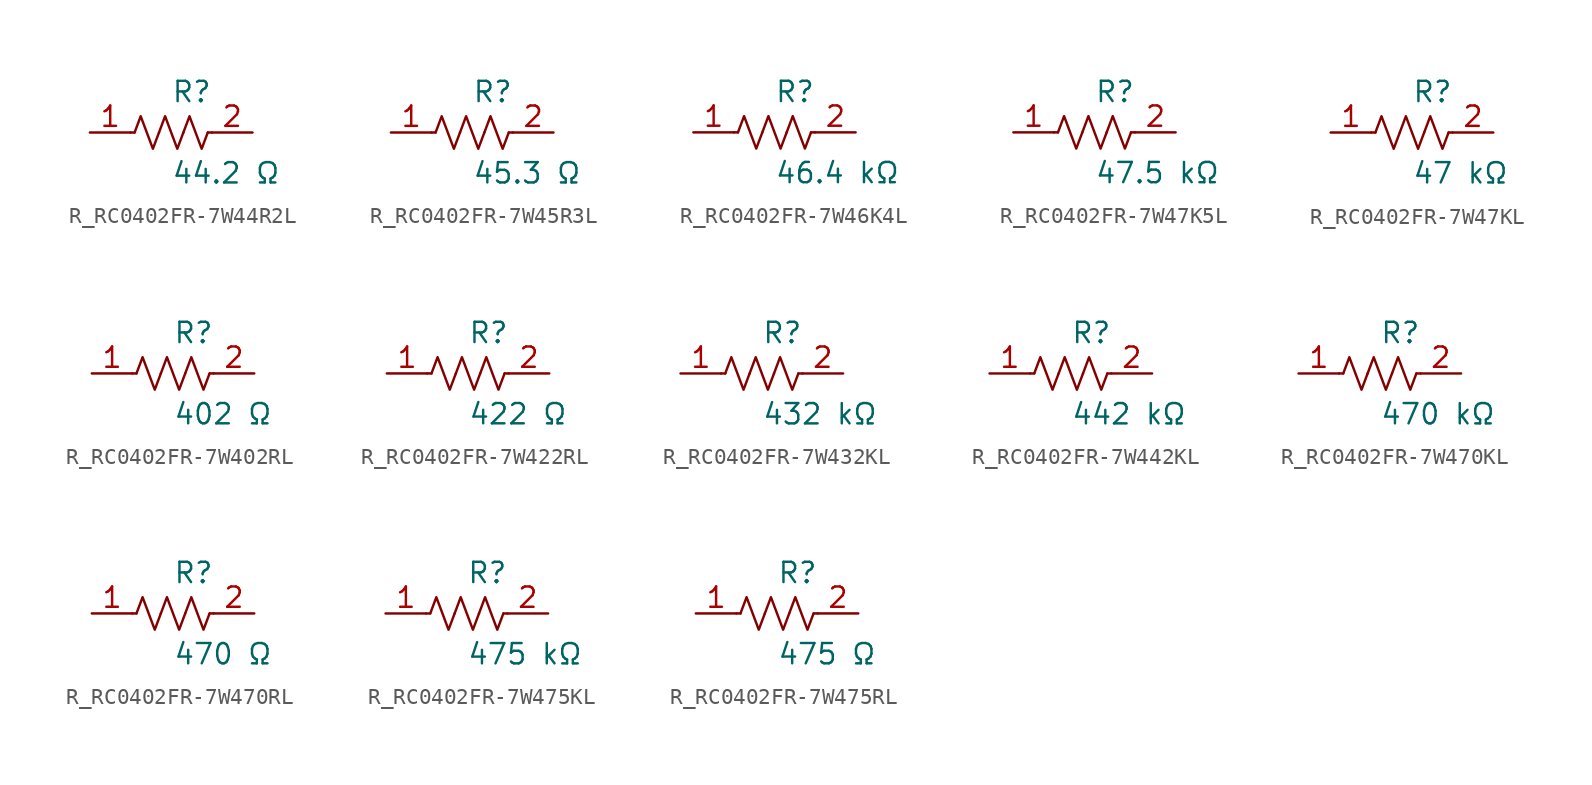
<source format=kicad_sym>
(kicad_symbol_lib
  (version 20231120)
  (generator kicad_symbol_editor)
  (generator_version 8.0)
  (symbol "R_RC0402FR-7W44R2L"
    (pin_names
      (offset 0.254))
    (property "Reference" "R"
      (at 0 2.54 0)
      (effects (font (size 1.27 1.27)) (justify left)))
    (property "Value" "44.2 Ω"
      (at 0 -2.54 0)
      (effects (font (size 1.27 1.27)) (justify left)))
    (symbol "R_RC0402FR-7W44R2L_0_1"
      (polyline (pts (xy 2.286 0) (xy 2.54 0)) (stroke (width 0) (type default)) (fill (type none)))
      (polyline (pts (xy -2.286 0) (xy -2.54 0)) (stroke (width 0) (type default)) (fill (type none)))
      (polyline (pts (xy 0.762 0) (xy 1.143 1.016) (xy 1.524 0) (xy 1.905 -1.016) (xy 2.286 0)) (stroke (width 0) (type default)) (fill (type none)))
      (polyline (pts (xy -0.762 0) (xy -0.381 1.016) (xy 0 0) (xy 0.381 -1.016) (xy 0.762 0)) (stroke (width 0) (type default)) (fill (type none)))
      (polyline (pts (xy -2.286 0) (xy -1.905 1.016) (xy -1.524 0) (xy -1.143 -1.016) (xy -0.762 0)) (stroke (width 0) (type default)) (fill (type none))))
    (pin passive line
      (at -5.08 0 0)
      (length 2.54)
      (name "" (effects (font (size 1.27 1.27))))
      (number "1" (effects (font (size 1.27 1.27)))))
    (pin passive line
      (at 5.08 0 180)
      (length 2.54)
      (name "" (effects (font (size 1.27 1.27))))
      (number "2" (effects (font (size 1.27 1.27))))))
  (symbol "R_RC0402FR-7W45R3L"
    (pin_names
      (offset 0.254))
    (property "Reference" "R"
      (at 0 2.54 0)
      (effects (font (size 1.27 1.27)) (justify left)))
    (property "Value" "45.3 Ω"
      (at 0 -2.54 0)
      (effects (font (size 1.27 1.27)) (justify left)))
    (symbol "R_RC0402FR-7W45R3L_0_1"
      (polyline (pts (xy 2.286 0) (xy 2.54 0)) (stroke (width 0) (type default)) (fill (type none)))
      (polyline (pts (xy -2.286 0) (xy -2.54 0)) (stroke (width 0) (type default)) (fill (type none)))
      (polyline (pts (xy 0.762 0) (xy 1.143 1.016) (xy 1.524 0) (xy 1.905 -1.016) (xy 2.286 0)) (stroke (width 0) (type default)) (fill (type none)))
      (polyline (pts (xy -0.762 0) (xy -0.381 1.016) (xy 0 0) (xy 0.381 -1.016) (xy 0.762 0)) (stroke (width 0) (type default)) (fill (type none)))
      (polyline (pts (xy -2.286 0) (xy -1.905 1.016) (xy -1.524 0) (xy -1.143 -1.016) (xy -0.762 0)) (stroke (width 0) (type default)) (fill (type none))))
    (pin passive line
      (at -5.08 0 0)
      (length 2.54)
      (name "" (effects (font (size 1.27 1.27))))
      (number "1" (effects (font (size 1.27 1.27)))))
    (pin passive line
      (at 5.08 0 180)
      (length 2.54)
      (name "" (effects (font (size 1.27 1.27))))
      (number "2" (effects (font (size 1.27 1.27))))))
  (symbol "R_RC0402FR-7W46K4L"
    (pin_names
      (offset 0.254))
    (property "Reference" "R"
      (at 0 2.54 0)
      (effects (font (size 1.27 1.27)) (justify left)))
    (property "Value" "46.4 kΩ"
      (at 0 -2.54 0)
      (effects (font (size 1.27 1.27)) (justify left)))
    (symbol "R_RC0402FR-7W46K4L_0_1"
      (polyline (pts (xy 2.286 0) (xy 2.54 0)) (stroke (width 0) (type default)) (fill (type none)))
      (polyline (pts (xy -2.286 0) (xy -2.54 0)) (stroke (width 0) (type default)) (fill (type none)))
      (polyline (pts (xy 0.762 0) (xy 1.143 1.016) (xy 1.524 0) (xy 1.905 -1.016) (xy 2.286 0)) (stroke (width 0) (type default)) (fill (type none)))
      (polyline (pts (xy -0.762 0) (xy -0.381 1.016) (xy 0 0) (xy 0.381 -1.016) (xy 0.762 0)) (stroke (width 0) (type default)) (fill (type none)))
      (polyline (pts (xy -2.286 0) (xy -1.905 1.016) (xy -1.524 0) (xy -1.143 -1.016) (xy -0.762 0)) (stroke (width 0) (type default)) (fill (type none))))
    (pin passive line
      (at -5.08 0 0)
      (length 2.54)
      (name "" (effects (font (size 1.27 1.27))))
      (number "1" (effects (font (size 1.27 1.27)))))
    (pin passive line
      (at 5.08 0 180)
      (length 2.54)
      (name "" (effects (font (size 1.27 1.27))))
      (number "2" (effects (font (size 1.27 1.27))))))
  (symbol "R_RC0402FR-7W47K5L"
    (pin_names
      (offset 0.254))
    (property "Reference" "R"
      (at 0 2.54 0)
      (effects (font (size 1.27 1.27)) (justify left)))
    (property "Value" "47.5 kΩ"
      (at 0 -2.54 0)
      (effects (font (size 1.27 1.27)) (justify left)))
    (symbol "R_RC0402FR-7W47K5L_0_1"
      (polyline (pts (xy 2.286 0) (xy 2.54 0)) (stroke (width 0) (type default)) (fill (type none)))
      (polyline (pts (xy -2.286 0) (xy -2.54 0)) (stroke (width 0) (type default)) (fill (type none)))
      (polyline (pts (xy 0.762 0) (xy 1.143 1.016) (xy 1.524 0) (xy 1.905 -1.016) (xy 2.286 0)) (stroke (width 0) (type default)) (fill (type none)))
      (polyline (pts (xy -0.762 0) (xy -0.381 1.016) (xy 0 0) (xy 0.381 -1.016) (xy 0.762 0)) (stroke (width 0) (type default)) (fill (type none)))
      (polyline (pts (xy -2.286 0) (xy -1.905 1.016) (xy -1.524 0) (xy -1.143 -1.016) (xy -0.762 0)) (stroke (width 0) (type default)) (fill (type none))))
    (pin passive line
      (at -5.08 0 0)
      (length 2.54)
      (name "" (effects (font (size 1.27 1.27))))
      (number "1" (effects (font (size 1.27 1.27)))))
    (pin passive line
      (at 5.08 0 180)
      (length 2.54)
      (name "" (effects (font (size 1.27 1.27))))
      (number "2" (effects (font (size 1.27 1.27))))))
  (symbol "R_RC0402FR-7W47KL"
    (pin_names
      (offset 0.254))
    (property "Reference" "R"
      (at 0 2.54 0)
      (effects (font (size 1.27 1.27)) (justify left)))
    (property "Value" "47 kΩ"
      (at 0 -2.54 0)
      (effects (font (size 1.27 1.27)) (justify left)))
    (symbol "R_RC0402FR-7W47KL_0_1"
      (polyline (pts (xy 2.286 0) (xy 2.54 0)) (stroke (width 0) (type default)) (fill (type none)))
      (polyline (pts (xy -2.286 0) (xy -2.54 0)) (stroke (width 0) (type default)) (fill (type none)))
      (polyline (pts (xy 0.762 0) (xy 1.143 1.016) (xy 1.524 0) (xy 1.905 -1.016) (xy 2.286 0)) (stroke (width 0) (type default)) (fill (type none)))
      (polyline (pts (xy -0.762 0) (xy -0.381 1.016) (xy 0 0) (xy 0.381 -1.016) (xy 0.762 0)) (stroke (width 0) (type default)) (fill (type none)))
      (polyline (pts (xy -2.286 0) (xy -1.905 1.016) (xy -1.524 0) (xy -1.143 -1.016) (xy -0.762 0)) (stroke (width 0) (type default)) (fill (type none))))
    (pin passive line
      (at -5.08 0 0)
      (length 2.54)
      (name "" (effects (font (size 1.27 1.27))))
      (number "1" (effects (font (size 1.27 1.27)))))
    (pin passive line
      (at 5.08 0 180)
      (length 2.54)
      (name "" (effects (font (size 1.27 1.27))))
      (number "2" (effects (font (size 1.27 1.27))))))
  (symbol "R_RC0402FR-7W402RL"
    (pin_names
      (offset 0.254))
    (property "Reference" "R"
      (at 0 2.54 0)
      (effects (font (size 1.27 1.27)) (justify left)))
    (property "Value" "402 Ω"
      (at 0 -2.54 0)
      (effects (font (size 1.27 1.27)) (justify left)))
    (symbol "R_RC0402FR-7W402RL_0_1"
      (polyline (pts (xy 2.286 0) (xy 2.54 0)) (stroke (width 0) (type default)) (fill (type none)))
      (polyline (pts (xy -2.286 0) (xy -2.54 0)) (stroke (width 0) (type default)) (fill (type none)))
      (polyline (pts (xy 0.762 0) (xy 1.143 1.016) (xy 1.524 0) (xy 1.905 -1.016) (xy 2.286 0)) (stroke (width 0) (type default)) (fill (type none)))
      (polyline (pts (xy -0.762 0) (xy -0.381 1.016) (xy 0 0) (xy 0.381 -1.016) (xy 0.762 0)) (stroke (width 0) (type default)) (fill (type none)))
      (polyline (pts (xy -2.286 0) (xy -1.905 1.016) (xy -1.524 0) (xy -1.143 -1.016) (xy -0.762 0)) (stroke (width 0) (type default)) (fill (type none))))
    (pin passive line
      (at -5.08 0 0)
      (length 2.54)
      (name "" (effects (font (size 1.27 1.27))))
      (number "1" (effects (font (size 1.27 1.27)))))
    (pin passive line
      (at 5.08 0 180)
      (length 2.54)
      (name "" (effects (font (size 1.27 1.27))))
      (number "2" (effects (font (size 1.27 1.27))))))
  (symbol "R_RC0402FR-7W422RL"
    (pin_names
      (offset 0.254))
    (property "Reference" "R"
      (at 0 2.54 0)
      (effects (font (size 1.27 1.27)) (justify left)))
    (property "Value" "422 Ω"
      (at 0 -2.54 0)
      (effects (font (size 1.27 1.27)) (justify left)))
    (symbol "R_RC0402FR-7W422RL_0_1"
      (polyline (pts (xy 2.286 0) (xy 2.54 0)) (stroke (width 0) (type default)) (fill (type none)))
      (polyline (pts (xy -2.286 0) (xy -2.54 0)) (stroke (width 0) (type default)) (fill (type none)))
      (polyline (pts (xy 0.762 0) (xy 1.143 1.016) (xy 1.524 0) (xy 1.905 -1.016) (xy 2.286 0)) (stroke (width 0) (type default)) (fill (type none)))
      (polyline (pts (xy -0.762 0) (xy -0.381 1.016) (xy 0 0) (xy 0.381 -1.016) (xy 0.762 0)) (stroke (width 0) (type default)) (fill (type none)))
      (polyline (pts (xy -2.286 0) (xy -1.905 1.016) (xy -1.524 0) (xy -1.143 -1.016) (xy -0.762 0)) (stroke (width 0) (type default)) (fill (type none))))
    (pin passive line
      (at -5.08 0 0)
      (length 2.54)
      (name "" (effects (font (size 1.27 1.27))))
      (number "1" (effects (font (size 1.27 1.27)))))
    (pin passive line
      (at 5.08 0 180)
      (length 2.54)
      (name "" (effects (font (size 1.27 1.27))))
      (number "2" (effects (font (size 1.27 1.27))))))
  (symbol "R_RC0402FR-7W432KL"
    (pin_names
      (offset 0.254))
    (property "Reference" "R"
      (at 0 2.54 0)
      (effects (font (size 1.27 1.27)) (justify left)))
    (property "Value" "432 kΩ"
      (at 0 -2.54 0)
      (effects (font (size 1.27 1.27)) (justify left)))
    (symbol "R_RC0402FR-7W432KL_0_1"
      (polyline (pts (xy 2.286 0) (xy 2.54 0)) (stroke (width 0) (type default)) (fill (type none)))
      (polyline (pts (xy -2.286 0) (xy -2.54 0)) (stroke (width 0) (type default)) (fill (type none)))
      (polyline (pts (xy 0.762 0) (xy 1.143 1.016) (xy 1.524 0) (xy 1.905 -1.016) (xy 2.286 0)) (stroke (width 0) (type default)) (fill (type none)))
      (polyline (pts (xy -0.762 0) (xy -0.381 1.016) (xy 0 0) (xy 0.381 -1.016) (xy 0.762 0)) (stroke (width 0) (type default)) (fill (type none)))
      (polyline (pts (xy -2.286 0) (xy -1.905 1.016) (xy -1.524 0) (xy -1.143 -1.016) (xy -0.762 0)) (stroke (width 0) (type default)) (fill (type none))))
    (pin passive line
      (at -5.08 0 0)
      (length 2.54)
      (name "" (effects (font (size 1.27 1.27))))
      (number "1" (effects (font (size 1.27 1.27)))))
    (pin passive line
      (at 5.08 0 180)
      (length 2.54)
      (name "" (effects (font (size 1.27 1.27))))
      (number "2" (effects (font (size 1.27 1.27))))))
  (symbol "R_RC0402FR-7W442KL"
    (pin_names
      (offset 0.254))
    (property "Reference" "R"
      (at 0 2.54 0)
      (effects (font (size 1.27 1.27)) (justify left)))
    (property "Value" "442 kΩ"
      (at 0 -2.54 0)
      (effects (font (size 1.27 1.27)) (justify left)))
    (symbol "R_RC0402FR-7W442KL_0_1"
      (polyline (pts (xy 2.286 0) (xy 2.54 0)) (stroke (width 0) (type default)) (fill (type none)))
      (polyline (pts (xy -2.286 0) (xy -2.54 0)) (stroke (width 0) (type default)) (fill (type none)))
      (polyline (pts (xy 0.762 0) (xy 1.143 1.016) (xy 1.524 0) (xy 1.905 -1.016) (xy 2.286 0)) (stroke (width 0) (type default)) (fill (type none)))
      (polyline (pts (xy -0.762 0) (xy -0.381 1.016) (xy 0 0) (xy 0.381 -1.016) (xy 0.762 0)) (stroke (width 0) (type default)) (fill (type none)))
      (polyline (pts (xy -2.286 0) (xy -1.905 1.016) (xy -1.524 0) (xy -1.143 -1.016) (xy -0.762 0)) (stroke (width 0) (type default)) (fill (type none))))
    (pin passive line
      (at -5.08 0 0)
      (length 2.54)
      (name "" (effects (font (size 1.27 1.27))))
      (number "1" (effects (font (size 1.27 1.27)))))
    (pin passive line
      (at 5.08 0 180)
      (length 2.54)
      (name "" (effects (font (size 1.27 1.27))))
      (number "2" (effects (font (size 1.27 1.27))))))
  (symbol "R_RC0402FR-7W470KL"
    (pin_names
      (offset 0.254))
    (property "Reference" "R"
      (at 0 2.54 0)
      (effects (font (size 1.27 1.27)) (justify left)))
    (property "Value" "470 kΩ"
      (at 0 -2.54 0)
      (effects (font (size 1.27 1.27)) (justify left)))
    (symbol "R_RC0402FR-7W470KL_0_1"
      (polyline (pts (xy 2.286 0) (xy 2.54 0)) (stroke (width 0) (type default)) (fill (type none)))
      (polyline (pts (xy -2.286 0) (xy -2.54 0)) (stroke (width 0) (type default)) (fill (type none)))
      (polyline (pts (xy 0.762 0) (xy 1.143 1.016) (xy 1.524 0) (xy 1.905 -1.016) (xy 2.286 0)) (stroke (width 0) (type default)) (fill (type none)))
      (polyline (pts (xy -0.762 0) (xy -0.381 1.016) (xy 0 0) (xy 0.381 -1.016) (xy 0.762 0)) (stroke (width 0) (type default)) (fill (type none)))
      (polyline (pts (xy -2.286 0) (xy -1.905 1.016) (xy -1.524 0) (xy -1.143 -1.016) (xy -0.762 0)) (stroke (width 0) (type default)) (fill (type none))))
    (pin passive line
      (at -5.08 0 0)
      (length 2.54)
      (name "" (effects (font (size 1.27 1.27))))
      (number "1" (effects (font (size 1.27 1.27)))))
    (pin passive line
      (at 5.08 0 180)
      (length 2.54)
      (name "" (effects (font (size 1.27 1.27))))
      (number "2" (effects (font (size 1.27 1.27))))))
  (symbol "R_RC0402FR-7W470RL"
    (pin_names
      (offset 0.254))
    (property "Reference" "R"
      (at 0 2.54 0)
      (effects (font (size 1.27 1.27)) (justify left)))
    (property "Value" "470 Ω"
      (at 0 -2.54 0)
      (effects (font (size 1.27 1.27)) (justify left)))
    (symbol "R_RC0402FR-7W470RL_0_1"
      (polyline (pts (xy 2.286 0) (xy 2.54 0)) (stroke (width 0) (type default)) (fill (type none)))
      (polyline (pts (xy -2.286 0) (xy -2.54 0)) (stroke (width 0) (type default)) (fill (type none)))
      (polyline (pts (xy 0.762 0) (xy 1.143 1.016) (xy 1.524 0) (xy 1.905 -1.016) (xy 2.286 0)) (stroke (width 0) (type default)) (fill (type none)))
      (polyline (pts (xy -0.762 0) (xy -0.381 1.016) (xy 0 0) (xy 0.381 -1.016) (xy 0.762 0)) (stroke (width 0) (type default)) (fill (type none)))
      (polyline (pts (xy -2.286 0) (xy -1.905 1.016) (xy -1.524 0) (xy -1.143 -1.016) (xy -0.762 0)) (stroke (width 0) (type default)) (fill (type none))))
    (pin passive line
      (at -5.08 0 0)
      (length 2.54)
      (name "" (effects (font (size 1.27 1.27))))
      (number "1" (effects (font (size 1.27 1.27)))))
    (pin passive line
      (at 5.08 0 180)
      (length 2.54)
      (name "" (effects (font (size 1.27 1.27))))
      (number "2" (effects (font (size 1.27 1.27))))))
  (symbol "R_RC0402FR-7W475KL"
    (pin_names
      (offset 0.254))
    (property "Reference" "R"
      (at 0 2.54 0)
      (effects (font (size 1.27 1.27)) (justify left)))
    (property "Value" "475 kΩ"
      (at 0 -2.54 0)
      (effects (font (size 1.27 1.27)) (justify left)))
    (symbol "R_RC0402FR-7W475KL_0_1"
      (polyline (pts (xy 2.286 0) (xy 2.54 0)) (stroke (width 0) (type default)) (fill (type none)))
      (polyline (pts (xy -2.286 0) (xy -2.54 0)) (stroke (width 0) (type default)) (fill (type none)))
      (polyline (pts (xy 0.762 0) (xy 1.143 1.016) (xy 1.524 0) (xy 1.905 -1.016) (xy 2.286 0)) (stroke (width 0) (type default)) (fill (type none)))
      (polyline (pts (xy -0.762 0) (xy -0.381 1.016) (xy 0 0) (xy 0.381 -1.016) (xy 0.762 0)) (stroke (width 0) (type default)) (fill (type none)))
      (polyline (pts (xy -2.286 0) (xy -1.905 1.016) (xy -1.524 0) (xy -1.143 -1.016) (xy -0.762 0)) (stroke (width 0) (type default)) (fill (type none))))
    (pin passive line
      (at -5.08 0 0)
      (length 2.54)
      (name "" (effects (font (size 1.27 1.27))))
      (number "1" (effects (font (size 1.27 1.27)))))
    (pin passive line
      (at 5.08 0 180)
      (length 2.54)
      (name "" (effects (font (size 1.27 1.27))))
      (number "2" (effects (font (size 1.27 1.27))))))
  (symbol "R_RC0402FR-7W475RL"
    (pin_names
      (offset 0.254))
    (property "Reference" "R"
      (at 0 2.54 0)
      (effects (font (size 1.27 1.27)) (justify left)))
    (property "Value" "475 Ω"
      (at 0 -2.54 0)
      (effects (font (size 1.27 1.27)) (justify left)))
    (symbol "R_RC0402FR-7W475RL_0_1"
      (polyline (pts (xy 2.286 0) (xy 2.54 0)) (stroke (width 0) (type default)) (fill (type none)))
      (polyline (pts (xy -2.286 0) (xy -2.54 0)) (stroke (width 0) (type default)) (fill (type none)))
      (polyline (pts (xy 0.762 0) (xy 1.143 1.016) (xy 1.524 0) (xy 1.905 -1.016) (xy 2.286 0)) (stroke (width 0) (type default)) (fill (type none)))
      (polyline (pts (xy -0.762 0) (xy -0.381 1.016) (xy 0 0) (xy 0.381 -1.016) (xy 0.762 0)) (stroke (width 0) (type default)) (fill (type none)))
      (polyline (pts (xy -2.286 0) (xy -1.905 1.016) (xy -1.524 0) (xy -1.143 -1.016) (xy -0.762 0)) (stroke (width 0) (type default)) (fill (type none))))
    (pin passive line
      (at -5.08 0 0)
      (length 2.54)
      (name "" (effects (font (size 1.27 1.27))))
      (number "1" (effects (font (size 1.27 1.27)))))
    (pin passive line
      (at 5.08 0 180)
      (length 2.54)
      (name "" (effects (font (size 1.27 1.27))))
      (number "2" (effects (font (size 1.27 1.27)))))))
</source>
